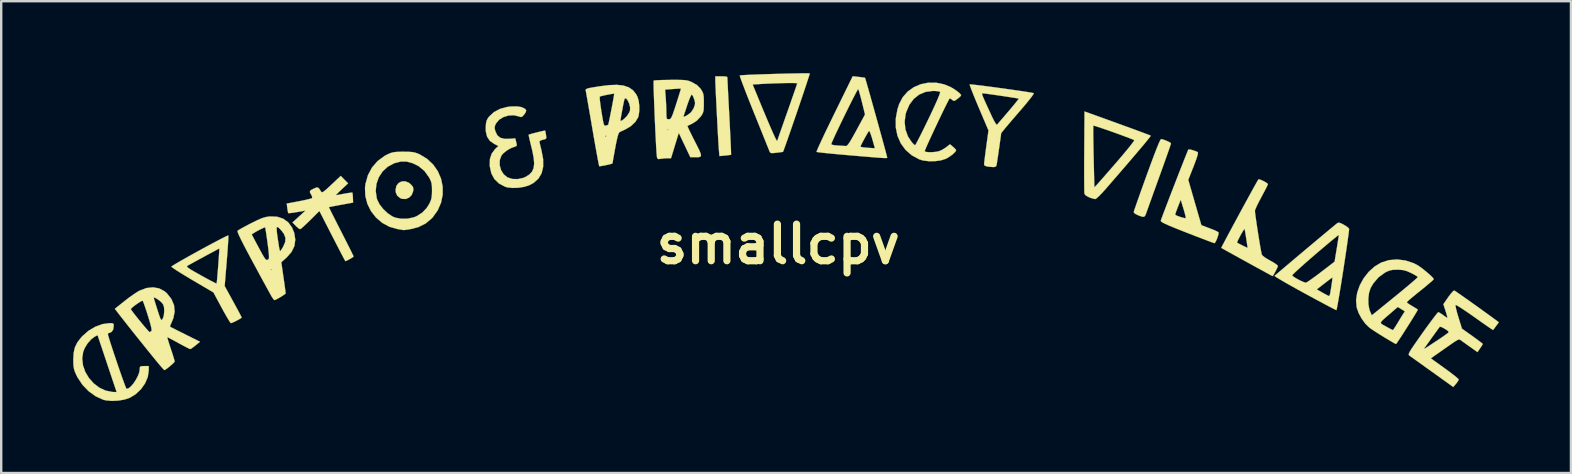
<source format=kicad_pcb>
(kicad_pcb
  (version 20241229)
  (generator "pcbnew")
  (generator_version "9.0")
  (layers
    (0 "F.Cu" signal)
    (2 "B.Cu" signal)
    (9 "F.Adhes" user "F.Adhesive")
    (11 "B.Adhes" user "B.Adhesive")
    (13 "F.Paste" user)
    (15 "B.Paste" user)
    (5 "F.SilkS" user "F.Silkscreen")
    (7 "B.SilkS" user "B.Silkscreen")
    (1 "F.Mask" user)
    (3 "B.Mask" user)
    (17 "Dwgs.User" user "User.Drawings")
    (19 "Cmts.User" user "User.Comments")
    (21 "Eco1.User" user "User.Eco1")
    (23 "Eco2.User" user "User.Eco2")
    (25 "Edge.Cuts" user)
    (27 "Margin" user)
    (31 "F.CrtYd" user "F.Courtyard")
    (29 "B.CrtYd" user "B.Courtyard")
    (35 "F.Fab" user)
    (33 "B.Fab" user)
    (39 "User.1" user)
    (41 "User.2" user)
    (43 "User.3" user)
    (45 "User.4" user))
  (footprint "smallcpv"
    (layer "F.Cu")
    (at 29.381 7.125)
    (property "Reference" "smallcpv" (at 0 0 0) (layer "F.SilkS") (effects (font (size 1.524 1.524) (thickness 0.3))))
    (attr through_hole)
    (fp_poly (pts (xy -15.4 -2.564) (xy -15.315 -2.496) (xy -15.234 -2.403) (xy -15.205 -2.319) (xy -15.213 -2.215) (xy -15.273 -2.054) (xy -15.384 -1.94) (xy -15.526 -1.882) (xy -15.682 -1.89) (xy -15.76 -1.924) (xy -15.881 -2.024) (xy -15.938 -2.16) (xy -15.947 -2.261) (xy -15.914 -2.426) (xy -15.826 -2.545) (xy -15.699 -2.612) (xy -15.551 -2.621) (xy -15.4 -2.564)) (stroke (width 0.01) (type solid)) (fill yes) (layer "F.SilkS"))
    (fp_poly (pts (xy -2.242 -6.991) (xy -2.151 -6.978) (xy -2.124 -6.964) (xy -2.121 -6.917) (xy -2.115 -6.796) (xy -2.106 -6.61) (xy -2.094 -6.368) (xy -2.079 -6.081) (xy -2.062 -5.756) (xy -2.043 -5.403) (xy -2.039 -5.334) (xy -2.021 -4.978) (xy -2.005 -4.65) (xy -1.991 -4.357) (xy -1.979 -4.109) (xy -1.971 -3.916) (xy -1.967 -3.786) (xy -1.966 -3.728) (xy -1.967 -3.726) (xy -2.011 -3.718) (xy -2.113 -3.705) (xy -2.214 -3.694) (xy -2.451 -3.671) (xy -2.474 -3.928) (xy -2.482 -4.033) (xy -2.493 -4.206) (xy -2.506 -4.434) (xy -2.521 -4.703) (xy -2.537 -5.001) (xy -2.553 -5.316) (xy -2.569 -5.633) (xy -2.584 -5.94) (xy -2.598 -6.224) (xy -2.609 -6.473) (xy -2.618 -6.672) (xy -2.622 -6.81) (xy -2.623 -6.86) (xy -2.623 -6.995) (xy -2.373 -6.995) (xy -2.242 -6.991)) (stroke (width 0.01) (type solid)) (fill yes) (layer "F.SilkS"))
    (fp_poly (pts (xy 16.073 -4.349) (xy 16.196 -4.301) (xy 16.3 -4.251) (xy 16.359 -4.209) (xy 16.364 -4.198) (xy 16.351 -4.15) (xy 16.312 -4.033) (xy 16.251 -3.857) (xy 16.171 -3.63) (xy 16.076 -3.363) (xy 15.969 -3.064) (xy 15.88 -2.817) (xy 15.763 -2.492) (xy 15.652 -2.186) (xy 15.552 -1.907) (xy 15.466 -1.668) (xy 15.398 -1.479) (xy 15.352 -1.35) (xy 15.335 -1.301) (xy 15.294 -1.197) (xy 15.25 -1.146) (xy 15.181 -1.141) (xy 15.066 -1.178) (xy 14.99 -1.208) (xy 14.869 -1.267) (xy 14.818 -1.323) (xy 14.817 -1.356) (xy 14.833 -1.41) (xy 14.876 -1.534) (xy 14.94 -1.718) (xy 15.023 -1.953) (xy 15.121 -2.23) (xy 15.232 -2.539) (xy 15.352 -2.873) (xy 15.366 -2.911) (xy 15.527 -3.351) (xy 15.662 -3.712) (xy 15.772 -3.995) (xy 15.856 -4.201) (xy 15.916 -4.329) (xy 15.952 -4.381) (xy 15.956 -4.382) (xy 16.073 -4.349)) (stroke (width 0.01) (type solid)) (fill yes) (layer "F.SilkS"))
    (fp_poly (pts (xy 17.235 -3.927) (xy 17.347 -3.892) (xy 17.446 -3.853) (xy 17.483 -3.834) (xy 17.488 -3.783) (xy 17.457 -3.658) (xy 17.39 -3.462) (xy 17.307 -3.243) (xy 17.085 -2.68) (xy 17.358 -1.735) (xy 17.631 -0.791) (xy 17.978 -0.66) (xy 18.135 -0.598) (xy 18.26 -0.543) (xy 18.334 -0.504) (xy 18.345 -0.494) (xy 18.346 -0.436) (xy 18.321 -0.335) (xy 18.28 -0.219) (xy 18.233 -0.115) (xy 18.191 -0.051) (xy 18.176 -0.043) (xy 18.128 -0.058) (xy 18.012 -0.1) (xy 17.84 -0.164) (xy 17.62 -0.248) (xy 17.364 -0.346) (xy 17.082 -0.456) (xy 17.03 -0.476) (xy 16.697 -0.607) (xy 16.434 -0.713) (xy 16.235 -0.797) (xy 16.093 -0.862) (xy 16.002 -0.911) (xy 15.953 -0.947) (xy 15.94 -0.974) (xy 15.94 -0.976) (xy 15.957 -1.03) (xy 16.001 -1.15) (xy 16.031 -1.231) (xy 16.539 -1.231) (xy 16.54 -1.226) (xy 16.596 -1.194) (xy 16.695 -1.154) (xy 16.809 -1.117) (xy 16.911 -1.09) (xy 16.974 -1.082) (xy 16.981 -1.086) (xy 16.976 -1.139) (xy 16.95 -1.252) (xy 16.908 -1.404) (xy 16.883 -1.487) (xy 16.771 -1.853) (xy 16.65 -1.546) (xy 16.594 -1.401) (xy 16.555 -1.289) (xy 16.539 -1.231) (xy 16.031 -1.231) (xy 16.066 -1.325) (xy 16.15 -1.545) (xy 16.247 -1.799) (xy 16.354 -2.078) (xy 16.467 -2.37) (xy 16.582 -2.666) (xy 16.694 -2.954) (xy 16.8 -3.224) (xy 16.896 -3.467) (xy 16.977 -3.671) (xy 17.039 -3.826) (xy 17.079 -3.922) (xy 17.092 -3.948) (xy 17.14 -3.948) (xy 17.235 -3.927)) (stroke (width 0.01) (type solid)) (fill yes) (layer "F.SilkS"))
    (fp_poly (pts (xy 14.132 -5.036) (xy 14.451 -4.92) (xy 14.746 -4.813) (xy 15.006 -4.717) (xy 15.222 -4.637) (xy 15.386 -4.575) (xy 15.489 -4.536) (xy 15.521 -4.522) (xy 15.5 -4.484) (xy 15.423 -4.385) (xy 15.293 -4.225) (xy 15.108 -4.005) (xy 14.87 -3.724) (xy 14.58 -3.384) (xy 14.236 -2.986) (xy 13.841 -2.529) (xy 13.643 -2.301) (xy 13.5 -2.142) (xy 13.373 -2.011) (xy 13.273 -1.92) (xy 13.212 -1.88) (xy 13.205 -1.879) (xy 13.126 -1.896) (xy 13.007 -1.933) (xy 12.959 -1.951) (xy 12.829 -2.018) (xy 12.763 -2.092) (xy 12.76 -2.102) (xy 12.755 -2.161) (xy 12.752 -2.294) (xy 12.75 -2.491) (xy 12.748 -2.744) (xy 12.748 -3.042) (xy 12.748 -3.376) (xy 12.75 -3.738) (xy 12.751 -3.858) (xy 12.757 -4.779) (xy 13.125 -4.779) (xy 13.126 -4.599) (xy 13.128 -4.366) (xy 13.132 -4.091) (xy 13.138 -3.784) (xy 13.142 -3.645) (xy 13.171 -2.368) (xy 13.265 -2.464) (xy 13.317 -2.521) (xy 13.414 -2.631) (xy 13.55 -2.786) (xy 13.716 -2.976) (xy 13.904 -3.192) (xy 14.106 -3.425) (xy 14.113 -3.433) (xy 14.308 -3.661) (xy 14.482 -3.868) (xy 14.629 -4.048) (xy 14.741 -4.191) (xy 14.812 -4.288) (xy 14.835 -4.333) (xy 14.835 -4.334) (xy 14.786 -4.359) (xy 14.674 -4.404) (xy 14.513 -4.465) (xy 14.317 -4.538) (xy 14.1 -4.617) (xy 13.876 -4.697) (xy 13.658 -4.773) (xy 13.461 -4.84) (xy 13.299 -4.894) (xy 13.184 -4.93) (xy 13.132 -4.942) (xy 13.13 -4.941) (xy 13.127 -4.896) (xy 13.125 -4.779) (xy 12.757 -4.779) (xy 12.762 -5.53) (xy 14.132 -5.036)) (stroke (width 0.01) (type solid)) (fill yes) (layer "F.SilkS"))
    (fp_poly (pts (xy -15.406 -3.849) (xy -15.256 -3.839) (xy -15.139 -3.817) (xy -15.029 -3.78) (xy -14.939 -3.74) (xy -14.629 -3.552) (xy -14.376 -3.313) (xy -14.183 -3.034) (xy -14.052 -2.725) (xy -13.985 -2.398) (xy -13.984 -2.063) (xy -14.052 -1.73) (xy -14.19 -1.412) (xy -14.4 -1.118) (xy -14.43 -1.085) (xy -14.692 -0.864) (xy -15.003 -0.709) (xy -15.327 -0.627) (xy -15.467 -0.605) (xy -15.571 -0.591) (xy -15.615 -0.588) (xy -15.664 -0.597) (xy -15.769 -0.615) (xy -15.865 -0.63) (xy -16.201 -0.725) (xy -16.502 -0.888) (xy -16.761 -1.108) (xy -16.97 -1.375) (xy -17.121 -1.679) (xy -17.207 -2.008) (xy -17.216 -2.217) (xy -16.775 -2.217) (xy -16.732 -1.917) (xy -16.711 -1.85) (xy -16.614 -1.658) (xy -16.462 -1.464) (xy -16.277 -1.29) (xy -16.083 -1.158) (xy -15.965 -1.107) (xy -15.711 -1.059) (xy -15.439 -1.064) (xy -15.183 -1.119) (xy -15.072 -1.165) (xy -14.833 -1.316) (xy -14.651 -1.507) (xy -14.539 -1.686) (xy -14.48 -1.814) (xy -14.446 -1.937) (xy -14.432 -2.087) (xy -14.429 -2.228) (xy -14.432 -2.41) (xy -14.449 -2.541) (xy -14.486 -2.654) (xy -14.55 -2.781) (xy -14.552 -2.784) (xy -14.744 -3.051) (xy -14.991 -3.255) (xy -15.228 -3.372) (xy -15.482 -3.442) (xy -15.721 -3.445) (xy -15.975 -3.382) (xy -16.008 -3.37) (xy -16.273 -3.229) (xy -16.488 -3.03) (xy -16.647 -2.787) (xy -16.745 -2.511) (xy -16.775 -2.217) (xy -17.216 -2.217) (xy -17.221 -2.352) (xy -17.202 -2.509) (xy -17.099 -2.874) (xy -16.928 -3.195) (xy -16.694 -3.466) (xy -16.401 -3.68) (xy -16.281 -3.743) (xy -16.165 -3.794) (xy -16.057 -3.826) (xy -15.932 -3.843) (xy -15.767 -3.851) (xy -15.615 -3.852) (xy -15.406 -3.849)) (stroke (width 0.01) (type solid)) (fill yes) (layer "F.SilkS"))
    (fp_poly (pts (xy -22.915 -0.317) (xy -22.919 -0.2) (xy -22.929 -0.023) (xy -22.944 0.203) (xy -22.964 0.467) (xy -22.983 0.701) (xy -23.069 1.744) (xy -22.715 2.39) (xy -22.6 2.6) (xy -22.501 2.783) (xy -22.424 2.929) (xy -22.375 3.025) (xy -22.36 3.058) (xy -22.394 3.087) (xy -22.479 3.137) (xy -22.588 3.195) (xy -22.698 3.248) (xy -22.783 3.283) (xy -22.811 3.29) (xy -22.841 3.255) (xy -22.904 3.158) (xy -22.991 3.011) (xy -23.096 2.826) (xy -23.192 2.65) (xy -23.537 2.011) (xy -24.413 1.495) (xy -24.656 1.35) (xy -24.873 1.218) (xy -25.054 1.104) (xy -25.19 1.015) (xy -25.27 0.956) (xy -25.289 0.937) (xy -25.27 0.922) (xy -24.641 0.922) (xy -24.627 0.952) (xy -24.573 0.998) (xy -24.47 1.065) (xy -24.31 1.159) (xy -24.086 1.285) (xy -24.061 1.299) (xy -23.853 1.414) (xy -23.672 1.511) (xy -23.529 1.585) (xy -23.437 1.63) (xy -23.407 1.641) (xy -23.399 1.597) (xy -23.386 1.484) (xy -23.371 1.315) (xy -23.353 1.104) (xy -23.338 0.908) (xy -23.321 0.673) (xy -23.307 0.47) (xy -23.297 0.311) (xy -23.291 0.211) (xy -23.291 0.181) (xy -23.327 0.198) (xy -23.422 0.248) (xy -23.563 0.323) (xy -23.735 0.415) (xy -23.925 0.518) (xy -24.12 0.623) (xy -24.304 0.724) (xy -24.466 0.813) (xy -24.59 0.882) (xy -24.623 0.901) (xy -24.641 0.922) (xy -25.27 0.922) (xy -25.254 0.908) (xy -25.156 0.846) (xy -25.006 0.757) (xy -24.814 0.647) (xy -24.591 0.521) (xy -24.347 0.385) (xy -24.093 0.246) (xy -23.84 0.107) (xy -23.597 -0.023) (xy -23.376 -0.14) (xy -23.187 -0.238) (xy -23.041 -0.312) (xy -22.947 -0.355) (xy -22.917 -0.363) (xy -22.915 -0.317)) (stroke (width 0.01) (type solid)) (fill yes) (layer "F.SilkS"))
    (fp_poly (pts (xy -27.744 3.296) (xy -27.699 3.326) (xy -27.691 3.383) (xy -27.713 3.553) (xy -27.779 3.654) (xy -27.84 3.682) (xy -27.915 3.712) (xy -27.939 3.738) (xy -27.925 3.799) (xy -27.889 3.924) (xy -27.834 4.1) (xy -27.764 4.315) (xy -27.684 4.558) (xy -27.597 4.816) (xy -27.509 5.076) (xy -27.422 5.328) (xy -27.341 5.559) (xy -27.27 5.756) (xy -27.214 5.907) (xy -27.175 6.001) (xy -27.161 6.027) (xy -27.083 6.012) (xy -26.985 5.937) (xy -26.88 5.817) (xy -26.779 5.669) (xy -26.692 5.509) (xy -26.631 5.354) (xy -26.608 5.22) (xy -26.608 5.218) (xy -26.603 5.133) (xy -26.574 5.093) (xy -26.499 5.081) (xy -26.42 5.08) (xy -26.233 5.08) (xy -26.233 5.26) (xy -26.272 5.531) (xy -26.384 5.797) (xy -26.556 6.043) (xy -26.779 6.252) (xy -27.016 6.397) (xy -27.236 6.473) (xy -27.499 6.518) (xy -27.771 6.531) (xy -28.02 6.508) (xy -28.136 6.479) (xy -28.447 6.337) (xy -28.738 6.126) (xy -28.994 5.86) (xy -29.199 5.553) (xy -29.243 5.466) (xy -29.31 5.316) (xy -29.349 5.193) (xy -29.369 5.062) (xy -29.376 4.892) (xy -29.376 4.809) (xy -29.374 4.77) (xy -29.006 4.77) (xy -28.973 5.052) (xy -28.876 5.326) (xy -28.724 5.579) (xy -28.526 5.801) (xy -28.291 5.98) (xy -28.028 6.102) (xy -27.746 6.158) (xy -27.703 6.16) (xy -27.571 6.163) (xy -27.968 4.977) (xy -28.365 3.792) (xy -28.482 3.852) (xy -28.633 3.965) (xy -28.78 4.132) (xy -28.901 4.328) (xy -28.966 4.492) (xy -29.006 4.77) (xy -29.374 4.77) (xy -29.361 4.528) (xy -29.309 4.299) (xy -29.21 4.096) (xy -29.053 3.892) (xy -29 3.834) (xy -28.746 3.61) (xy -28.457 3.439) (xy -28.153 3.329) (xy -27.853 3.29) (xy -27.849 3.29) (xy -27.744 3.296)) (stroke (width 0.01) (type solid)) (fill yes) (layer "F.SilkS"))
    (fp_poly (pts (xy 1.24 -7.119) (xy 1.307 -7.115) (xy 1.312 -7.113) (xy 1.302 -7.072) (xy 1.268 -6.963) (xy 1.213 -6.795) (xy 1.142 -6.578) (xy 1.057 -6.323) (xy 0.961 -6.04) (xy 0.859 -5.738) (xy 0.753 -5.428) (xy 0.647 -5.12) (xy 0.545 -4.823) (xy 0.45 -4.548) (xy 0.364 -4.305) (xy 0.293 -4.103) (xy 0.239 -3.954) (xy 0.205 -3.867) (xy 0.196 -3.848) (xy 0.154 -3.84) (xy 0.051 -3.826) (xy -0.072 -3.811) (xy -0.215 -3.796) (xy -0.297 -3.798) (xy -0.34 -3.822) (xy -0.367 -3.873) (xy -0.371 -3.885) (xy -0.395 -3.945) (xy -0.447 -4.074) (xy -0.523 -4.262) (xy -0.618 -4.5) (xy -0.731 -4.78) (xy -0.856 -5.091) (xy -0.991 -5.425) (xy -1.02 -5.496) (xy -1.154 -5.83) (xy -1.276 -6.139) (xy -1.384 -6.415) (xy -1.474 -6.651) (xy -1.476 -6.655) (xy -1.069 -6.655) (xy -0.826 -6.065) (xy -0.632 -5.597) (xy -0.467 -5.204) (xy -0.331 -4.885) (xy -0.222 -4.637) (xy -0.14 -4.458) (xy -0.084 -4.346) (xy -0.053 -4.299) (xy -0.046 -4.3) (xy -0.028 -4.351) (xy 0.014 -4.471) (xy 0.076 -4.648) (xy 0.155 -4.873) (xy 0.247 -5.136) (xy 0.349 -5.426) (xy 0.381 -5.516) (xy 0.485 -5.811) (xy 0.578 -6.08) (xy 0.659 -6.313) (xy 0.724 -6.5) (xy 0.768 -6.631) (xy 0.79 -6.697) (xy 0.791 -6.703) (xy 0.752 -6.711) (xy 0.643 -6.715) (xy 0.479 -6.716) (xy 0.272 -6.714) (xy 0.038 -6.708) (xy -0.211 -6.7) (xy -0.461 -6.69) (xy -0.649 -6.68) (xy -1.069 -6.655) (xy -1.476 -6.655) (xy -1.543 -6.837) (xy -1.587 -6.964) (xy -1.604 -7.026) (xy -1.604 -7.03) (xy -1.557 -7.037) (xy -1.44 -7.045) (xy -1.262 -7.055) (xy -1.036 -7.064) (xy -0.774 -7.074) (xy -0.487 -7.084) (xy -0.187 -7.093) (xy 0.115 -7.101) (xy 0.407 -7.109) (xy 0.677 -7.114) (xy 0.914 -7.118) (xy 1.106 -7.12) (xy 1.24 -7.119)) (stroke (width 0.01) (type solid)) (fill yes) (layer "F.SilkS"))
    (fp_poly (pts (xy 8.021 -6.657) (xy 8.136 -6.646) (xy 8.31 -6.627) (xy 8.53 -6.6) (xy 8.784 -6.567) (xy 9.061 -6.53) (xy 9.348 -6.491) (xy 9.634 -6.451) (xy 9.906 -6.412) (xy 10.153 -6.376) (xy 10.362 -6.344) (xy 10.522 -6.318) (xy 10.62 -6.299) (xy 10.645 -6.292) (xy 10.633 -6.254) (xy 10.57 -6.16) (xy 10.459 -6.017) (xy 10.306 -5.829) (xy 10.114 -5.602) (xy 9.989 -5.458) (xy 9.799 -5.238) (xy 9.629 -5.039) (xy 9.485 -4.869) (xy 9.375 -4.736) (xy 9.306 -4.649) (xy 9.286 -4.618) (xy 9.28 -4.563) (xy 9.264 -4.442) (xy 9.241 -4.276) (xy 9.214 -4.08) (xy 9.184 -3.874) (xy 9.155 -3.675) (xy 9.129 -3.501) (xy 9.109 -3.37) (xy 9.096 -3.3) (xy 9.096 -3.3) (xy 9.077 -3.249) (xy 9.035 -3.221) (xy 8.955 -3.213) (xy 8.819 -3.224) (xy 8.713 -3.236) (xy 8.608 -3.268) (xy 8.577 -3.323) (xy 8.582 -3.387) (xy 8.597 -3.517) (xy 8.619 -3.699) (xy 8.648 -3.916) (xy 8.668 -4.066) (xy 8.76 -4.739) (xy 8.357 -5.687) (xy 8.247 -5.949) (xy 8.15 -6.184) (xy 8.117 -6.268) (xy 8.491 -6.268) (xy 8.497 -6.231) (xy 8.521 -6.164) (xy 8.565 -6.059) (xy 8.632 -5.908) (xy 8.727 -5.701) (xy 8.852 -5.43) (xy 8.906 -5.312) (xy 8.989 -5.146) (xy 9.056 -5.032) (xy 9.102 -4.979) (xy 9.116 -4.979) (xy 9.154 -5.022) (xy 9.236 -5.118) (xy 9.353 -5.253) (xy 9.493 -5.417) (xy 9.594 -5.535) (xy 9.74 -5.708) (xy 9.865 -5.859) (xy 9.958 -5.975) (xy 10.012 -6.047) (xy 10.022 -6.065) (xy 9.979 -6.075) (xy 9.869 -6.094) (xy 9.709 -6.119) (xy 9.514 -6.149) (xy 9.301 -6.181) (xy 9.085 -6.212) (xy 8.883 -6.241) (xy 8.71 -6.265) (xy 8.582 -6.281) (xy 8.515 -6.288) (xy 8.514 -6.288) (xy 8.497 -6.284) (xy 8.491 -6.268) (xy 8.117 -6.268) (xy 8.071 -6.384) (xy 8.013 -6.536) (xy 7.981 -6.631) (xy 7.976 -6.658) (xy 8.021 -6.657)) (stroke (width 0.01) (type solid)) (fill yes) (layer "F.SilkS"))
    (fp_poly (pts (xy -18.079 -2.689) (xy -17.926 -2.534) (xy -18.192 -2.287) (xy -18.308 -2.177) (xy -18.392 -2.093) (xy -18.434 -2.046) (xy -18.435 -2.04) (xy -18.386 -2.048) (xy -18.276 -2.067) (xy -18.128 -2.095) (xy -18.088 -2.102) (xy -17.935 -2.129) (xy -17.816 -2.146) (xy -17.753 -2.149) (xy -17.748 -2.147) (xy -17.737 -2.1) (xy -17.728 -1.997) (xy -17.725 -1.932) (xy -17.718 -1.733) (xy -18.217 -1.642) (xy -18.41 -1.606) (xy -18.569 -1.576) (xy -18.68 -1.555) (xy -18.726 -1.545) (xy -18.726 -1.545) (xy -18.71 -1.509) (xy -18.661 -1.407) (xy -18.584 -1.251) (xy -18.482 -1.05) (xy -18.362 -0.812) (xy -18.227 -0.548) (xy -18.216 -0.527) (xy -18.08 -0.26) (xy -17.957 -0.018) (xy -17.852 0.19) (xy -17.771 0.355) (xy -17.717 0.465) (xy -17.697 0.512) (xy -17.697 0.513) (xy -17.729 0.542) (xy -17.808 0.593) (xy -17.905 0.647) (xy -17.992 0.691) (xy -18.039 0.707) (xy -18.06 0.671) (xy -18.114 0.571) (xy -18.196 0.415) (xy -18.302 0.213) (xy -18.425 -0.026) (xy -18.562 -0.293) (xy -18.586 -0.339) (xy -19.122 -1.384) (xy -19.503 -1.004) (xy -19.649 -0.862) (xy -19.777 -0.744) (xy -19.872 -0.661) (xy -19.924 -0.625) (xy -19.927 -0.625) (xy -19.98 -0.652) (xy -20.063 -0.722) (xy -20.106 -0.764) (xy -20.242 -0.904) (xy -19.702 -1.399) (xy -20.052 -1.338) (xy -20.213 -1.312) (xy -20.338 -1.296) (xy -20.409 -1.292) (xy -20.418 -1.294) (xy -20.432 -1.342) (xy -20.45 -1.444) (xy -20.458 -1.502) (xy -20.483 -1.692) (xy -19.975 -1.788) (xy -19.777 -1.827) (xy -19.609 -1.865) (xy -19.488 -1.896) (xy -19.43 -1.918) (xy -19.429 -1.918) (xy -19.422 -1.975) (xy -19.46 -2.058) (xy -19.514 -2.153) (xy -19.514 -2.215) (xy -19.451 -2.268) (xy -19.358 -2.313) (xy -19.255 -2.357) (xy -19.189 -2.363) (xy -19.137 -2.322) (xy -19.072 -2.223) (xy -19.049 -2.186) (xy -19.025 -2.163) (xy -18.985 -2.17) (xy -18.919 -2.212) (xy -18.818 -2.297) (xy -18.671 -2.432) (xy -18.62 -2.48) (xy -18.232 -2.845) (xy -18.079 -2.689)) (stroke (width 0.01) (type solid)) (fill yes) (layer "F.SilkS"))
    (fp_poly (pts (xy 20.056 -2.698) (xy 20.147 -2.664) (xy 20.253 -2.612) (xy 20.346 -2.557) (xy 20.399 -2.512) (xy 20.403 -2.501) (xy 20.384 -2.452) (xy 20.332 -2.344) (xy 20.254 -2.193) (xy 20.158 -2.014) (xy 20.133 -1.966) (xy 20.033 -1.778) (xy 19.949 -1.61) (xy 19.89 -1.478) (xy 19.863 -1.4) (xy 19.862 -1.392) (xy 19.868 -1.315) (xy 19.886 -1.174) (xy 19.913 -0.984) (xy 19.946 -0.761) (xy 19.983 -0.52) (xy 20.021 -0.277) (xy 20.059 -0.046) (xy 20.094 0.157) (xy 20.123 0.315) (xy 20.143 0.414) (xy 20.15 0.437) (xy 20.201 0.494) (xy 20.307 0.573) (xy 20.449 0.659) (xy 20.501 0.687) (xy 20.645 0.768) (xy 20.755 0.842) (xy 20.814 0.896) (xy 20.819 0.909) (xy 20.802 0.962) (xy 20.759 1.055) (xy 20.703 1.164) (xy 20.648 1.261) (xy 20.608 1.322) (xy 20.597 1.331) (xy 20.56 1.312) (xy 20.46 1.257) (xy 20.305 1.172) (xy 20.104 1.062) (xy 19.867 0.932) (xy 19.603 0.787) (xy 19.532 0.748) (xy 19.261 0.599) (xy 19.016 0.463) (xy 18.804 0.346) (xy 18.635 0.252) (xy 18.519 0.187) (xy 18.464 0.156) (xy 18.461 0.154) (xy 18.478 0.116) (xy 18.529 0.016) (xy 18.575 -0.07) (xy 19.118 -0.07) (xy 19.119 -0.065) (xy 19.163 -0.039) (xy 19.252 0.008) (xy 19.36 0.063) (xy 19.464 0.113) (xy 19.536 0.146) (xy 19.555 0.152) (xy 19.552 0.111) (xy 19.537 0.007) (xy 19.515 -0.143) (xy 19.502 -0.229) (xy 19.475 -0.398) (xy 19.452 -0.535) (xy 19.437 -0.621) (xy 19.433 -0.637) (xy 19.411 -0.619) (xy 19.36 -0.542) (xy 19.289 -0.421) (xy 19.264 -0.374) (xy 19.191 -0.235) (xy 19.14 -0.128) (xy 19.118 -0.07) (xy 18.575 -0.07) (xy 18.611 -0.139) (xy 18.717 -0.338) (xy 18.842 -0.571) (xy 18.981 -0.829) (xy 19.129 -1.103) (xy 19.28 -1.383) (xy 19.43 -1.659) (xy 19.574 -1.921) (xy 19.705 -2.161) (xy 19.819 -2.368) (xy 19.911 -2.533) (xy 19.975 -2.646) (xy 20.007 -2.698) (xy 20.008 -2.7) (xy 20.056 -2.698)) (stroke (width 0.01) (type solid)) (fill yes) (layer "F.SilkS"))
    (fp_poly (pts (xy 6.581 -6.728) (xy 6.913 -6.659) (xy 7.166 -6.556) (xy 7.305 -6.477) (xy 7.438 -6.386) (xy 7.546 -6.299) (xy 7.61 -6.23) (xy 7.62 -6.206) (xy 7.59 -6.162) (xy 7.513 -6.092) (xy 7.472 -6.059) (xy 7.378 -5.992) (xy 7.321 -5.971) (xy 7.273 -5.993) (xy 7.242 -6.019) (xy 7.176 -6.067) (xy 7.141 -6.072) (xy 7.11 -6.022) (xy 7.05 -5.909) (xy 6.968 -5.746) (xy 6.869 -5.544) (xy 6.758 -5.315) (xy 6.641 -5.069) (xy 6.523 -4.819) (xy 6.41 -4.576) (xy 6.306 -4.352) (xy 6.218 -4.158) (xy 6.151 -4.005) (xy 6.111 -3.905) (xy 6.101 -3.871) (xy 6.158 -3.845) (xy 6.271 -3.833) (xy 6.414 -3.834) (xy 6.563 -3.847) (xy 6.69 -3.872) (xy 6.708 -3.878) (xy 6.832 -3.934) (xy 6.967 -4.018) (xy 7.003 -4.044) (xy 7.156 -4.163) (xy 7.284 -4.056) (xy 7.365 -3.98) (xy 7.409 -3.925) (xy 7.412 -3.916) (xy 7.378 -3.851) (xy 7.291 -3.764) (xy 7.169 -3.669) (xy 7.033 -3.584) (xy 6.975 -3.555) (xy 6.775 -3.492) (xy 6.53 -3.459) (xy 6.271 -3.458) (xy 6.031 -3.488) (xy 5.885 -3.531) (xy 5.566 -3.702) (xy 5.306 -3.928) (xy 5.106 -4.201) (xy 4.969 -4.514) (xy 4.898 -4.859) (xy 4.897 -5.096) (xy 5.265 -5.096) (xy 5.299 -4.779) (xy 5.407 -4.483) (xy 5.561 -4.252) (xy 5.637 -4.171) (xy 5.692 -4.125) (xy 5.702 -4.122) (xy 5.727 -4.158) (xy 5.783 -4.26) (xy 5.866 -4.419) (xy 5.97 -4.624) (xy 6.09 -4.868) (xy 6.223 -5.14) (xy 6.259 -5.215) (xy 6.422 -5.558) (xy 6.554 -5.845) (xy 6.653 -6.07) (xy 6.718 -6.231) (xy 6.746 -6.325) (xy 6.745 -6.347) (xy 6.685 -6.367) (xy 6.568 -6.382) (xy 6.444 -6.386) (xy 6.141 -6.347) (xy 5.872 -6.235) (xy 5.644 -6.054) (xy 5.462 -5.81) (xy 5.332 -5.506) (xy 5.307 -5.419) (xy 5.265 -5.096) (xy 4.897 -5.096) (xy 4.896 -5.229) (xy 4.966 -5.617) (xy 5.037 -5.838) (xy 5.186 -6.123) (xy 5.392 -6.358) (xy 5.646 -6.54) (xy 5.937 -6.665) (xy 6.252 -6.729) (xy 6.581 -6.728)) (stroke (width 0.01) (type solid)) (fill yes) (layer "F.SilkS"))
    (fp_poly (pts (xy 3.352 -6.97) (xy 3.486 -6.954) (xy 3.582 -6.939) (xy 3.615 -6.931) (xy 3.629 -6.89) (xy 3.662 -6.779) (xy 3.711 -6.608) (xy 3.774 -6.388) (xy 3.847 -6.128) (xy 3.928 -5.839) (xy 4.014 -5.532) (xy 4.102 -5.216) (xy 4.189 -4.902) (xy 4.272 -4.6) (xy 4.349 -4.32) (xy 4.417 -4.073) (xy 4.472 -3.869) (xy 4.512 -3.718) (xy 4.535 -3.63) (xy 4.538 -3.612) (xy 4.537 -3.602) (xy 4.528 -3.594) (xy 4.503 -3.59) (xy 4.455 -3.589) (xy 4.376 -3.591) (xy 4.258 -3.599) (xy 4.093 -3.611) (xy 3.873 -3.629) (xy 3.592 -3.652) (xy 3.24 -3.682) (xy 2.966 -3.705) (xy 2.64 -3.734) (xy 2.341 -3.761) (xy 2.078 -3.786) (xy 1.863 -3.809) (xy 1.705 -3.827) (xy 1.614 -3.84) (xy 1.595 -3.846) (xy 1.607 -3.887) (xy 1.653 -3.996) (xy 1.687 -4.073) (xy 3.423 -4.073) (xy 3.453 -4.051) (xy 3.565 -4.031) (xy 3.756 -4.014) (xy 3.898 -4.005) (xy 4.027 -3.997) (xy 3.922 -4.37) (xy 3.873 -4.529) (xy 3.828 -4.65) (xy 3.793 -4.715) (xy 3.781 -4.721) (xy 3.75 -4.678) (xy 3.692 -4.581) (xy 3.618 -4.45) (xy 3.539 -4.304) (xy 3.466 -4.162) (xy 3.423 -4.073) (xy 1.687 -4.073) (xy 1.728 -4.163) (xy 1.728 -4.164) (xy 2.207 -4.164) (xy 2.245 -4.142) (xy 2.344 -4.123) (xy 2.467 -4.111) (xy 2.62 -4.102) (xy 2.748 -4.094) (xy 2.812 -4.089) (xy 2.85 -4.098) (xy 2.896 -4.139) (xy 2.956 -4.22) (xy 3.037 -4.35) (xy 3.144 -4.539) (xy 3.256 -4.742) (xy 3.615 -5.404) (xy 3.488 -5.919) (xy 3.438 -6.116) (xy 3.392 -6.284) (xy 3.356 -6.405) (xy 3.333 -6.464) (xy 3.332 -6.466) (xy 3.309 -6.437) (xy 3.256 -6.344) (xy 3.179 -6.196) (xy 3.081 -6.007) (xy 2.97 -5.785) (xy 2.85 -5.543) (xy 2.726 -5.291) (xy 2.605 -5.04) (xy 2.49 -4.8) (xy 2.388 -4.584) (xy 2.304 -4.401) (xy 2.243 -4.263) (xy 2.211 -4.181) (xy 2.207 -4.164) (xy 1.728 -4.164) (xy 1.829 -4.381) (xy 1.952 -4.643) (xy 2.095 -4.939) (xy 2.252 -5.263) (xy 2.336 -5.434) (xy 3.102 -6.997) (xy 3.352 -6.97)) (stroke (width 0.01) (type solid)) (fill yes) (layer "F.SilkS"))
    (fp_poly (pts (xy 23.4 -0.888) (xy 23.499 -0.845) (xy 23.576 -0.804) (xy 23.699 -0.728) (xy 23.774 -0.66) (xy 23.789 -0.624) (xy 23.761 -0.404) (xy 23.725 -0.141) (xy 23.683 0.155) (xy 23.636 0.475) (xy 23.585 0.808) (xy 23.534 1.144) (xy 23.482 1.473) (xy 23.432 1.785) (xy 23.385 2.07) (xy 23.343 2.318) (xy 23.307 2.519) (xy 23.28 2.662) (xy 23.262 2.738) (xy 23.257 2.747) (xy 23.211 2.728) (xy 23.102 2.673) (xy 22.936 2.587) (xy 22.724 2.474) (xy 22.473 2.34) (xy 22.192 2.188) (xy 21.938 2.05) (xy 21.641 1.887) (xy 21.637 1.884) (xy 22.438 1.884) (xy 22.68 2.022) (xy 22.807 2.092) (xy 22.905 2.143) (xy 22.952 2.163) (xy 22.978 2.128) (xy 23.002 2.041) (xy 23.004 2.03) (xy 23.031 1.864) (xy 23.057 1.696) (xy 23.078 1.547) (xy 23.091 1.438) (xy 23.095 1.388) (xy 23.094 1.387) (xy 23.061 1.408) (xy 22.976 1.469) (xy 22.855 1.561) (xy 22.763 1.632) (xy 22.438 1.884) (xy 21.637 1.884) (xy 21.37 1.736) (xy 21.132 1.601) (xy 20.937 1.487) (xy 20.791 1.4) (xy 20.703 1.343) (xy 20.681 1.322) (xy 20.704 1.301) (xy 21.413 1.301) (xy 21.458 1.346) (xy 21.555 1.41) (xy 21.681 1.48) (xy 21.812 1.545) (xy 21.923 1.59) (xy 21.99 1.605) (xy 21.991 1.605) (xy 22.045 1.576) (xy 22.152 1.505) (xy 22.3 1.4) (xy 22.477 1.27) (xy 22.62 1.161) (xy 23.182 0.729) (xy 23.272 0.187) (xy 23.305 -0.016) (xy 23.332 -0.19) (xy 23.352 -0.317) (xy 23.36 -0.382) (xy 23.36 -0.386) (xy 23.33 -0.368) (xy 23.244 -0.301) (xy 23.111 -0.193) (xy 22.937 -0.049) (xy 22.73 0.125) (xy 22.498 0.322) (xy 22.38 0.423) (xy 22.139 0.631) (xy 21.919 0.824) (xy 21.73 0.992) (xy 21.579 1.131) (xy 21.472 1.233) (xy 21.418 1.291) (xy 21.413 1.301) (xy 20.704 1.301) (xy 20.714 1.291) (xy 20.804 1.214) (xy 20.941 1.097) (xy 21.117 0.948) (xy 21.324 0.773) (xy 21.554 0.579) (xy 21.799 0.373) (xy 22.05 0.162) (xy 22.299 -0.047) (xy 22.539 -0.248) (xy 22.76 -0.432) (xy 22.954 -0.595) (xy 23.114 -0.727) (xy 23.231 -0.823) (xy 23.286 -0.868) (xy 23.336 -0.894) (xy 23.4 -0.888)) (stroke (width 0.01) (type solid)) (fill yes) (layer "F.SilkS"))
    (fp_poly (pts (xy -20.883 -1.144) (xy -20.628 -1.06) (xy -20.419 -0.909) (xy -20.26 -0.691) (xy -20.168 -0.464) (xy -20.126 -0.185) (xy -20.164 0.078) (xy -20.285 0.325) (xy -20.487 0.556) (xy -20.513 0.579) (xy -20.709 0.752) (xy -20.618 1.386) (xy -20.586 1.607) (xy -20.559 1.798) (xy -20.54 1.945) (xy -20.529 2.033) (xy -20.527 2.05) (xy -20.561 2.083) (xy -20.644 2.141) (xy -20.753 2.209) (xy -20.865 2.273) (xy -20.954 2.318) (xy -20.995 2.331) (xy -21.031 2.299) (xy -21.09 2.215) (xy -21.126 2.155) (xy -21.17 2.076) (xy -21.248 1.934) (xy -21.355 1.739) (xy -21.485 1.501) (xy -21.632 1.23) (xy -21.723 1.062) (xy -21.153 1.062) (xy -21.132 1.083) (xy -21.111 1.062) (xy -21.132 1.041) (xy -21.153 1.062) (xy -21.723 1.062) (xy -21.791 0.936) (xy -21.9 0.735) (xy -22.105 0.354) (xy -22.268 0.043) (xy -22.392 -0.202) (xy -22.477 -0.381) (xy -22.487 -0.407) (xy -21.944 -0.407) (xy -21.73 -0.005) (xy -21.6 0.238) (xy -21.502 0.417) (xy -21.43 0.539) (xy -21.377 0.615) (xy -21.337 0.652) (xy -21.302 0.659) (xy -21.267 0.645) (xy -21.246 0.632) (xy -21.228 0.602) (xy -21.221 0.536) (xy -21.226 0.423) (xy -21.243 0.251) (xy -21.273 0.011) (xy -21.281 -0.044) (xy -21.311 -0.265) (xy -21.339 -0.455) (xy -21.361 -0.6) (xy -21.363 -0.608) (xy -20.904 -0.608) (xy -20.887 -0.444) (xy -20.876 -0.362) (xy -20.839 -0.107) (xy -20.811 0.075) (xy -20.789 0.195) (xy -20.773 0.263) (xy -20.761 0.29) (xy -20.757 0.291) (xy -20.728 0.259) (xy -20.673 0.175) (xy -20.634 0.111) (xy -20.547 -0.087) (xy -20.536 -0.264) (xy -20.603 -0.436) (xy -20.71 -0.576) (xy -20.807 -0.676) (xy -20.868 -0.719) (xy -20.9 -0.698) (xy -20.904 -0.608) (xy -21.363 -0.608) (xy -21.376 -0.684) (xy -21.381 -0.7) (xy -21.423 -0.691) (xy -21.514 -0.651) (xy -21.631 -0.593) (xy -21.753 -0.527) (xy -21.85 -0.468) (xy -21.944 -0.407) (xy -22.487 -0.407) (xy -22.524 -0.497) (xy -22.534 -0.552) (xy -22.532 -0.556) (xy -22.482 -0.592) (xy -22.372 -0.656) (xy -22.217 -0.741) (xy -22.031 -0.839) (xy -21.972 -0.869) (xy -21.748 -0.981) (xy -21.576 -1.058) (xy -21.439 -1.108) (xy -21.317 -1.138) (xy -21.191 -1.154) (xy -21.178 -1.155) (xy -20.883 -1.144)) (stroke (width 0.01) (type solid)) (fill yes) (layer "F.SilkS"))
    (fp_poly (pts (xy -10.747 -5.722) (xy -10.649 -5.691) (xy -10.539 -5.631) (xy -10.502 -5.565) (xy -10.536 -5.476) (xy -10.595 -5.396) (xy -10.666 -5.319) (xy -10.725 -5.298) (xy -10.809 -5.323) (xy -10.822 -5.328) (xy -11.027 -5.374) (xy -11.245 -5.361) (xy -11.456 -5.295) (xy -11.635 -5.184) (xy -11.759 -5.036) (xy -11.761 -5.033) (xy -11.81 -4.924) (xy -11.819 -4.832) (xy -11.791 -4.711) (xy -11.79 -4.708) (xy -11.71 -4.541) (xy -11.586 -4.435) (xy -11.408 -4.388) (xy -11.216 -4.388) (xy -10.96 -4.41) (xy -10.919 -4.248) (xy -10.897 -4.144) (xy -10.908 -4.092) (xy -10.962 -4.067) (xy -10.988 -4.06) (xy -11.152 -3.997) (xy -11.321 -3.897) (xy -11.464 -3.781) (xy -11.537 -3.692) (xy -11.606 -3.504) (xy -11.61 -3.296) (xy -11.554 -3.092) (xy -11.445 -2.915) (xy -11.289 -2.786) (xy -11.285 -2.784) (xy -11.083 -2.718) (xy -10.852 -2.712) (xy -10.623 -2.762) (xy -10.536 -2.8) (xy -10.375 -2.9) (xy -10.263 -3.019) (xy -10.196 -3.167) (xy -10.172 -3.353) (xy -10.19 -3.59) (xy -10.247 -3.887) (xy -10.283 -4.034) (xy -10.331 -4.228) (xy -10.369 -4.391) (xy -10.394 -4.507) (xy -10.402 -4.559) (xy -10.401 -4.561) (xy -10.357 -4.577) (xy -10.257 -4.606) (xy -10.123 -4.641) (xy -9.979 -4.677) (xy -9.848 -4.708) (xy -9.752 -4.729) (xy -9.716 -4.733) (xy -9.704 -4.69) (xy -9.685 -4.593) (xy -9.679 -4.553) (xy -9.665 -4.445) (xy -9.682 -4.391) (xy -9.746 -4.366) (xy -9.802 -4.355) (xy -9.899 -4.324) (xy -9.949 -4.285) (xy -9.951 -4.277) (xy -9.941 -4.214) (xy -9.914 -4.095) (xy -9.876 -3.943) (xy -9.869 -3.914) (xy -9.799 -3.546) (xy -9.797 -3.227) (xy -9.862 -2.955) (xy -9.995 -2.731) (xy -10.196 -2.553) (xy -10.379 -2.455) (xy -10.585 -2.39) (xy -10.825 -2.352) (xy -11.066 -2.343) (xy -11.28 -2.365) (xy -11.38 -2.393) (xy -11.638 -2.529) (xy -11.83 -2.715) (xy -11.957 -2.952) (xy -12.02 -3.242) (xy -12.024 -3.284) (xy -12.015 -3.55) (xy -11.943 -3.77) (xy -11.803 -3.96) (xy -11.769 -3.992) (xy -11.663 -4.091) (xy -11.838 -4.18) (xy -12.018 -4.307) (xy -12.133 -4.479) (xy -12.187 -4.701) (xy -12.19 -4.88) (xy -12.177 -5.045) (xy -12.148 -5.16) (xy -12.094 -5.259) (xy -12.049 -5.317) (xy -11.846 -5.505) (xy -11.586 -5.641) (xy -11.281 -5.721) (xy -11.127 -5.737) (xy -10.909 -5.741) (xy -10.747 -5.722)) (stroke (width 0.01) (type solid)) (fill yes) (layer "F.SilkS"))
    (fp_poly (pts (xy 26.133 0.679) (xy 26.475 0.792) (xy 26.604 0.856) (xy 26.712 0.924) (xy 26.844 1.02) (xy 26.984 1.132) (xy 27.118 1.246) (xy 27.228 1.348) (xy 27.298 1.425) (xy 27.315 1.457) (xy 27.284 1.493) (xy 27.198 1.572) (xy 27.068 1.683) (xy 26.904 1.819) (xy 26.753 1.94) (xy 26.57 2.088) (xy 26.411 2.219) (xy 26.288 2.324) (xy 26.212 2.394) (xy 26.191 2.419) (xy 26.224 2.455) (xy 26.311 2.516) (xy 26.42 2.582) (xy 26.538 2.652) (xy 26.621 2.705) (xy 26.649 2.73) (xy 26.628 2.773) (xy 26.57 2.873) (xy 26.484 3.015) (xy 26.377 3.188) (xy 26.257 3.378) (xy 26.134 3.572) (xy 26.015 3.758) (xy 25.907 3.923) (xy 25.82 4.053) (xy 25.762 4.136) (xy 25.74 4.161) (xy 25.696 4.139) (xy 25.595 4.082) (xy 25.452 3.998) (xy 25.281 3.896) (xy 25.254 3.88) (xy 25.063 3.762) (xy 24.882 3.646) (xy 24.731 3.546) (xy 24.633 3.477) (xy 24.466 3.315) (xy 24.436 3.273) (xy 25.107 3.273) (xy 25.126 3.314) (xy 25.186 3.355) (xy 25.282 3.407) (xy 25.323 3.43) (xy 25.454 3.503) (xy 25.556 3.556) (xy 25.608 3.58) (xy 25.61 3.58) (xy 25.641 3.548) (xy 25.7 3.46) (xy 25.777 3.337) (xy 25.787 3.321) (xy 25.878 3.169) (xy 25.965 3.027) (xy 26.026 2.929) (xy 26.111 2.798) (xy 25.963 2.707) (xy 25.815 2.616) (xy 25.514 2.877) (xy 25.332 3.034) (xy 25.206 3.144) (xy 25.133 3.22) (xy 25.107 3.273) (xy 24.436 3.273) (xy 24.31 3.101) (xy 24.183 2.865) (xy 24.104 2.639) (xy 24.104 2.637) (xy 24.078 2.34) (xy 24.089 2.262) (xy 24.588 2.262) (xy 24.592 2.507) (xy 24.632 2.725) (xy 24.661 2.804) (xy 24.733 2.964) (xy 24.933 2.804) (xy 25.023 2.731) (xy 25.166 2.615) (xy 25.348 2.467) (xy 25.558 2.296) (xy 25.783 2.112) (xy 25.891 2.024) (xy 26.105 1.848) (xy 26.295 1.688) (xy 26.453 1.553) (xy 26.57 1.45) (xy 26.637 1.387) (xy 26.649 1.371) (xy 26.615 1.338) (xy 26.523 1.281) (xy 26.393 1.212) (xy 26.372 1.201) (xy 26.199 1.124) (xy 26.054 1.082) (xy 25.893 1.065) (xy 25.8 1.063) (xy 25.622 1.068) (xy 25.49 1.092) (xy 25.363 1.142) (xy 25.281 1.185) (xy 25.012 1.381) (xy 24.791 1.641) (xy 24.682 1.829) (xy 24.618 2.025) (xy 24.588 2.262) (xy 24.089 2.262) (xy 24.123 2.03) (xy 24.23 1.72) (xy 24.391 1.424) (xy 24.6 1.157) (xy 24.848 0.933) (xy 25.124 0.767) (xy 25.442 0.666) (xy 25.784 0.637) (xy 26.133 0.679)) (stroke (width 0.01) (type solid)) (fill yes) (layer "F.SilkS"))
    (fp_poly (pts (xy -6.449 -6.609) (xy -6.231 -6.536) (xy -6.059 -6.418) (xy -5.926 -6.254) (xy -5.867 -6.142) (xy -5.817 -5.976) (xy -5.792 -5.766) (xy -5.792 -5.548) (xy -5.819 -5.356) (xy -5.844 -5.275) (xy -5.962 -5.088) (xy -6.142 -4.919) (xy -6.359 -4.79) (xy -6.485 -4.732) (xy -6.586 -4.684) (xy -6.619 -4.667) (xy -6.656 -4.609) (xy -6.699 -4.467) (xy -6.75 -4.243) (xy -6.794 -4.014) (xy -6.833 -3.797) (xy -6.867 -3.609) (xy -6.892 -3.465) (xy -6.907 -3.382) (xy -6.909 -3.367) (xy -6.947 -3.35) (xy -7.042 -3.324) (xy -7.167 -3.296) (xy -7.297 -3.27) (xy -7.406 -3.252) (xy -7.459 -3.248) (xy -7.47 -3.287) (xy -7.494 -3.4) (xy -7.527 -3.577) (xy -7.57 -3.809) (xy -7.62 -4.087) (xy -7.675 -4.402) (xy -7.692 -4.497) (xy -7.204 -4.497) (xy -7.188 -4.463) (xy -7.176 -4.469) (xy -7.171 -4.519) (xy -7.176 -4.525) (xy -7.201 -4.519) (xy -7.204 -4.497) (xy -7.692 -4.497) (xy -7.734 -4.745) (xy -7.74 -4.778) (xy -7.8 -5.128) (xy -7.856 -5.454) (xy -7.907 -5.747) (xy -7.95 -5.998) (xy -7.969 -6.1) (xy -7.443 -6.1) (xy -7.433 -5.986) (xy -7.412 -5.819) (xy -7.383 -5.616) (xy -7.368 -5.518) (xy -7.329 -5.284) (xy -7.3 -5.12) (xy -7.275 -5.015) (xy -7.252 -4.958) (xy -7.226 -4.935) (xy -7.195 -4.936) (xy -7.185 -4.939) (xy -7.111 -4.964) (xy -7.088 -4.975) (xy -7.075 -5.018) (xy -7.051 -5.125) (xy -7.047 -5.148) (xy -6.579 -5.148) (xy -6.553 -5.135) (xy -6.488 -5.17) (xy -6.403 -5.239) (xy -6.316 -5.328) (xy -6.313 -5.332) (xy -6.235 -5.443) (xy -6.183 -5.55) (xy -6.178 -5.566) (xy -6.174 -5.704) (xy -6.213 -5.864) (xy -6.281 -6.003) (xy -6.324 -6.054) (xy -6.358 -6.08) (xy -6.384 -6.081) (xy -6.407 -6.042) (xy -6.431 -5.954) (xy -6.462 -5.804) (xy -6.491 -5.651) (xy -6.526 -5.461) (xy -6.554 -5.302) (xy -6.573 -5.192) (xy -6.579 -5.148) (xy -7.047 -5.148) (xy -7.019 -5.28) (xy -6.982 -5.465) (xy -6.943 -5.663) (xy -6.906 -5.858) (xy -6.874 -6.033) (xy -6.851 -6.169) (xy -6.838 -6.252) (xy -6.838 -6.268) (xy -6.883 -6.268) (xy -6.984 -6.253) (xy -7.115 -6.229) (xy -7.25 -6.201) (xy -7.364 -6.174) (xy -7.433 -6.152) (xy -7.441 -6.148) (xy -7.443 -6.1) (xy -7.969 -6.1) (xy -7.985 -6.196) (xy -8.01 -6.332) (xy -8.022 -6.395) (xy -8.022 -6.396) (xy -8.026 -6.432) (xy -8.009 -6.459) (xy -7.961 -6.483) (xy -7.869 -6.507) (xy -7.721 -6.534) (xy -7.506 -6.569) (xy -7.451 -6.578) (xy -7.052 -6.628) (xy -6.721 -6.639) (xy -6.449 -6.609)) (stroke (width 0.01) (type solid)) (fill yes) (layer "F.SilkS"))
    (fp_poly (pts (xy -4.045 -6.844) (xy -3.908 -6.837) (xy -3.805 -6.823) (xy -3.72 -6.801) (xy -3.636 -6.767) (xy -3.574 -6.739) (xy -3.383 -6.627) (xy -3.248 -6.49) (xy -3.22 -6.45) (xy -3.163 -6.358) (xy -3.128 -6.273) (xy -3.11 -6.17) (xy -3.103 -6.025) (xy -3.102 -5.888) (xy -3.104 -5.702) (xy -3.113 -5.575) (xy -3.136 -5.483) (xy -3.176 -5.402) (xy -3.228 -5.323) (xy -3.393 -5.148) (xy -3.561 -5.038) (xy -3.678 -4.98) (xy -3.76 -4.938) (xy -3.784 -4.925) (xy -3.772 -4.887) (xy -3.727 -4.787) (xy -3.655 -4.638) (xy -3.563 -4.452) (xy -3.483 -4.295) (xy -3.361 -4.056) (xy -3.277 -3.882) (xy -3.23 -3.762) (xy -3.221 -3.686) (xy -3.249 -3.645) (xy -3.314 -3.627) (xy -3.416 -3.623) (xy -3.48 -3.623) (xy -3.664 -3.623) (xy -3.905 -4.131) (xy -4.146 -4.639) (xy -4.308 -4.11) (xy -4.47 -3.581) (xy -4.624 -3.581) (xy -4.769 -3.574) (xy -4.904 -3.556) (xy -4.906 -3.555) (xy -4.998 -3.546) (xy -5.04 -3.579) (xy -5.055 -3.628) (xy -5.063 -3.702) (xy -5.074 -3.844) (xy -5.087 -4.043) (xy -5.1 -4.287) (xy -5.114 -4.566) (xy -5.124 -4.768) (xy -4.622 -4.768) (xy -4.601 -4.747) (xy -4.58 -4.768) (xy -4.601 -4.789) (xy -4.622 -4.768) (xy -5.124 -4.768) (xy -5.129 -4.869) (xy -5.143 -5.183) (xy -5.156 -5.499) (xy -5.168 -5.805) (xy -5.179 -6.09) (xy -5.187 -6.342) (xy -5.19 -6.441) (xy -4.717 -6.441) (xy -4.69 -6.104) (xy -4.677 -5.895) (xy -4.668 -5.672) (xy -4.664 -5.486) (xy -4.662 -5.337) (xy -4.652 -5.253) (xy -4.628 -5.215) (xy -4.582 -5.205) (xy -4.561 -5.205) (xy -4.521 -5.21) (xy -4.486 -5.232) (xy -4.451 -5.284) (xy -4.43 -5.331) (xy -3.948 -5.331) (xy -3.935 -5.309) (xy -3.857 -5.34) (xy -3.787 -5.379) (xy -3.637 -5.493) (xy -3.539 -5.64) (xy -3.523 -5.674) (xy -3.477 -5.799) (xy -3.467 -5.893) (xy -3.491 -6.002) (xy -3.503 -6.04) (xy -3.546 -6.151) (xy -3.589 -6.222) (xy -3.603 -6.233) (xy -3.633 -6.202) (xy -3.679 -6.106) (xy -3.736 -5.962) (xy -3.786 -5.82) (xy -3.845 -5.638) (xy -3.897 -5.483) (xy -3.934 -5.373) (xy -3.948 -5.331) (xy -4.43 -5.331) (xy -4.41 -5.376) (xy -4.359 -5.52) (xy -4.29 -5.726) (xy -4.254 -5.84) (xy -4.185 -6.055) (xy -4.127 -6.24) (xy -4.084 -6.381) (xy -4.059 -6.465) (xy -4.056 -6.483) (xy -4.097 -6.484) (xy -4.201 -6.479) (xy -4.347 -6.469) (xy -4.389 -6.466) (xy -4.717 -6.441) (xy -5.19 -6.441) (xy -5.193 -6.552) (xy -5.195 -6.707) (xy -5.194 -6.797) (xy -5.191 -6.815) (xy -5.142 -6.824) (xy -5.025 -6.833) (xy -4.853 -6.84) (xy -4.642 -6.844) (xy -4.487 -6.846) (xy -4.233 -6.847) (xy -4.045 -6.844)) (stroke (width 0.01) (type solid)) (fill yes) (layer "F.SilkS"))
    (fp_poly (pts (xy -25.802 1.842) (xy -25.575 1.961) (xy -25.477 2.046) (xy -25.289 2.285) (xy -25.18 2.54) (xy -25.153 2.809) (xy -25.208 3.085) (xy -25.256 3.202) (xy -25.309 3.323) (xy -25.343 3.408) (xy -25.349 3.437) (xy -25.31 3.458) (xy -25.209 3.509) (xy -25.058 3.586) (xy -24.87 3.68) (xy -24.718 3.756) (xy -24.098 4.066) (xy -24.285 4.219) (xy -24.391 4.302) (xy -24.472 4.357) (xy -24.504 4.372) (xy -24.551 4.353) (xy -24.656 4.301) (xy -24.803 4.224) (xy -24.977 4.13) (xy -24.99 4.122) (xy -25.164 4.027) (xy -25.31 3.949) (xy -25.414 3.895) (xy -25.46 3.873) (xy -25.461 3.872) (xy -25.455 3.909) (xy -25.426 4.01) (xy -25.38 4.159) (xy -25.32 4.343) (xy -25.314 4.36) (xy -25.251 4.55) (xy -25.2 4.713) (xy -25.165 4.832) (xy -25.152 4.89) (xy -25.152 4.891) (xy -25.183 4.933) (xy -25.259 5.006) (xy -25.359 5.092) (xy -25.461 5.173) (xy -25.543 5.23) (xy -25.58 5.247) (xy -25.614 5.217) (xy -25.688 5.136) (xy -25.79 5.017) (xy -25.868 4.924) (xy -26.015 4.745) (xy -26.185 4.536) (xy -26.371 4.305) (xy -26.566 4.062) (xy -26.764 3.815) (xy -26.957 3.573) (xy -27.139 3.343) (xy -27.303 3.135) (xy -27.442 2.957) (xy -27.549 2.818) (xy -27.618 2.726) (xy -27.63 2.707) (xy -26.98 2.707) (xy -26.956 2.748) (xy -26.89 2.838) (xy -26.793 2.963) (xy -26.676 3.11) (xy -26.551 3.263) (xy -26.43 3.409) (xy -26.324 3.533) (xy -26.243 3.623) (xy -26.201 3.663) (xy -26.198 3.664) (xy -26.143 3.638) (xy -26.122 3.62) (xy -26.113 3.57) (xy -26.13 3.46) (xy -26.175 3.284) (xy -26.249 3.037) (xy -26.265 2.985) (xy -26.332 2.775) (xy -26.394 2.593) (xy -26.443 2.453) (xy -26.476 2.372) (xy -26.484 2.358) (xy -26.526 2.367) (xy -26.612 2.415) (xy -26.721 2.486) (xy -26.831 2.566) (xy -26.923 2.641) (xy -26.975 2.695) (xy -26.98 2.707) (xy -27.63 2.707) (xy -27.642 2.689) (xy -27.642 2.689) (xy -27.606 2.661) (xy -27.517 2.591) (xy -27.39 2.489) (xy -27.237 2.368) (xy -27.231 2.362) (xy -27.061 2.232) (xy -26.025 2.232) (xy -26.013 2.28) (xy -25.98 2.391) (xy -25.931 2.548) (xy -25.873 2.733) (xy -25.808 2.932) (xy -25.763 3.062) (xy -25.73 3.134) (xy -25.704 3.158) (xy -25.679 3.145) (xy -25.654 3.113) (xy -25.607 2.993) (xy -25.588 2.813) (xy -25.587 2.783) (xy -25.595 2.631) (xy -25.623 2.529) (xy -25.683 2.445) (xy -25.691 2.435) (xy -25.774 2.36) (xy -25.87 2.29) (xy -25.957 2.24) (xy -26.014 2.222) (xy -26.025 2.232) (xy -27.061 2.232) (xy -27.053 2.226) (xy -26.873 2.098) (xy -26.716 1.994) (xy -26.617 1.937) (xy -26.33 1.829) (xy -26.056 1.798) (xy -25.802 1.842)) (stroke (width 0.01) (type solid)) (fill yes) (layer "F.SilkS"))
    (fp_poly (pts (xy 28.218 1.96) (xy 28.319 2.029) (xy 28.465 2.131) (xy 28.646 2.259) (xy 28.851 2.404) (xy 29.068 2.558) (xy 29.287 2.715) (xy 29.496 2.866) (xy 29.685 3.003) (xy 29.842 3.118) (xy 29.889 3.153) (xy 30.026 3.255) (xy 29.913 3.408) (xy 29.843 3.502) (xy 29.797 3.564) (xy 29.789 3.575) (xy 29.753 3.556) (xy 29.66 3.495) (xy 29.519 3.398) (xy 29.339 3.273) (xy 29.131 3.126) (xy 29.017 3.044) (xy 28.796 2.889) (xy 28.598 2.754) (xy 28.432 2.645) (xy 28.308 2.569) (xy 28.237 2.532) (xy 28.224 2.531) (xy 28.223 2.581) (xy 28.245 2.693) (xy 28.285 2.851) (xy 28.34 3.038) (xy 28.341 3.041) (xy 28.489 3.52) (xy 28.923 3.828) (xy 29.085 3.945) (xy 29.22 4.046) (xy 29.315 4.119) (xy 29.355 4.156) (xy 29.356 4.158) (xy 29.334 4.203) (xy 29.279 4.29) (xy 29.246 4.338) (xy 29.137 4.497) (xy 28.861 4.301) (xy 28.715 4.198) (xy 28.581 4.102) (xy 28.485 4.034) (xy 28.475 4.026) (xy 28.435 3.996) (xy 28.401 3.976) (xy 28.363 3.972) (xy 28.311 3.989) (xy 28.234 4.033) (xy 28.121 4.107) (xy 27.961 4.218) (xy 27.744 4.37) (xy 27.719 4.387) (xy 27.192 4.757) (xy 27.774 5.176) (xy 27.965 5.315) (xy 28.129 5.441) (xy 28.256 5.542) (xy 28.335 5.612) (xy 28.355 5.639) (xy 28.33 5.697) (xy 28.267 5.786) (xy 28.241 5.818) (xy 28.127 5.951) (xy 27.253 5.324) (xy 27.012 5.152) (xy 26.791 4.993) (xy 26.599 4.856) (xy 26.446 4.746) (xy 26.342 4.672) (xy 26.3 4.642) (xy 26.279 4.621) (xy 26.272 4.591) (xy 26.284 4.545) (xy 26.319 4.474) (xy 26.383 4.37) (xy 26.395 4.353) (xy 26.91 4.353) (xy 26.915 4.359) (xy 26.95 4.343) (xy 27.021 4.3) (xy 27.138 4.225) (xy 27.307 4.113) (xy 27.534 3.963) (xy 27.693 3.855) (xy 27.823 3.762) (xy 27.91 3.695) (xy 27.94 3.663) (xy 27.908 3.619) (xy 27.829 3.559) (xy 27.73 3.499) (xy 27.636 3.453) (xy 27.574 3.438) (xy 27.566 3.442) (xy 27.53 3.488) (xy 27.458 3.587) (xy 27.358 3.725) (xy 27.252 3.872) (xy 27.137 4.035) (xy 27.035 4.176) (xy 26.96 4.281) (xy 26.924 4.33) (xy 26.91 4.353) (xy 26.395 4.353) (xy 26.481 4.224) (xy 26.616 4.029) (xy 26.794 3.777) (xy 26.841 3.71) (xy 27.01 3.474) (xy 27.165 3.262) (xy 27.299 3.083) (xy 27.404 2.946) (xy 27.475 2.86) (xy 27.503 2.834) (xy 27.558 2.857) (xy 27.652 2.917) (xy 27.708 2.957) (xy 27.804 3.026) (xy 27.869 3.065) (xy 27.884 3.068) (xy 27.878 3.026) (xy 27.851 2.925) (xy 27.809 2.788) (xy 27.806 2.779) (xy 27.716 2.502) (xy 27.919 2.207) (xy 28.019 2.073) (xy 28.104 1.977) (xy 28.162 1.933) (xy 28.173 1.932) (xy 28.218 1.96)) (stroke (width 0.01) (type solid)) (fill yes) (layer "F.SilkS")))
  (gr_rect
    (start -3 -3)
    (end 62.413 16.66)
    (stroke (width 0.1) (type default))
    (fill no)
    (layer "Edge.Cuts")))
</source>
